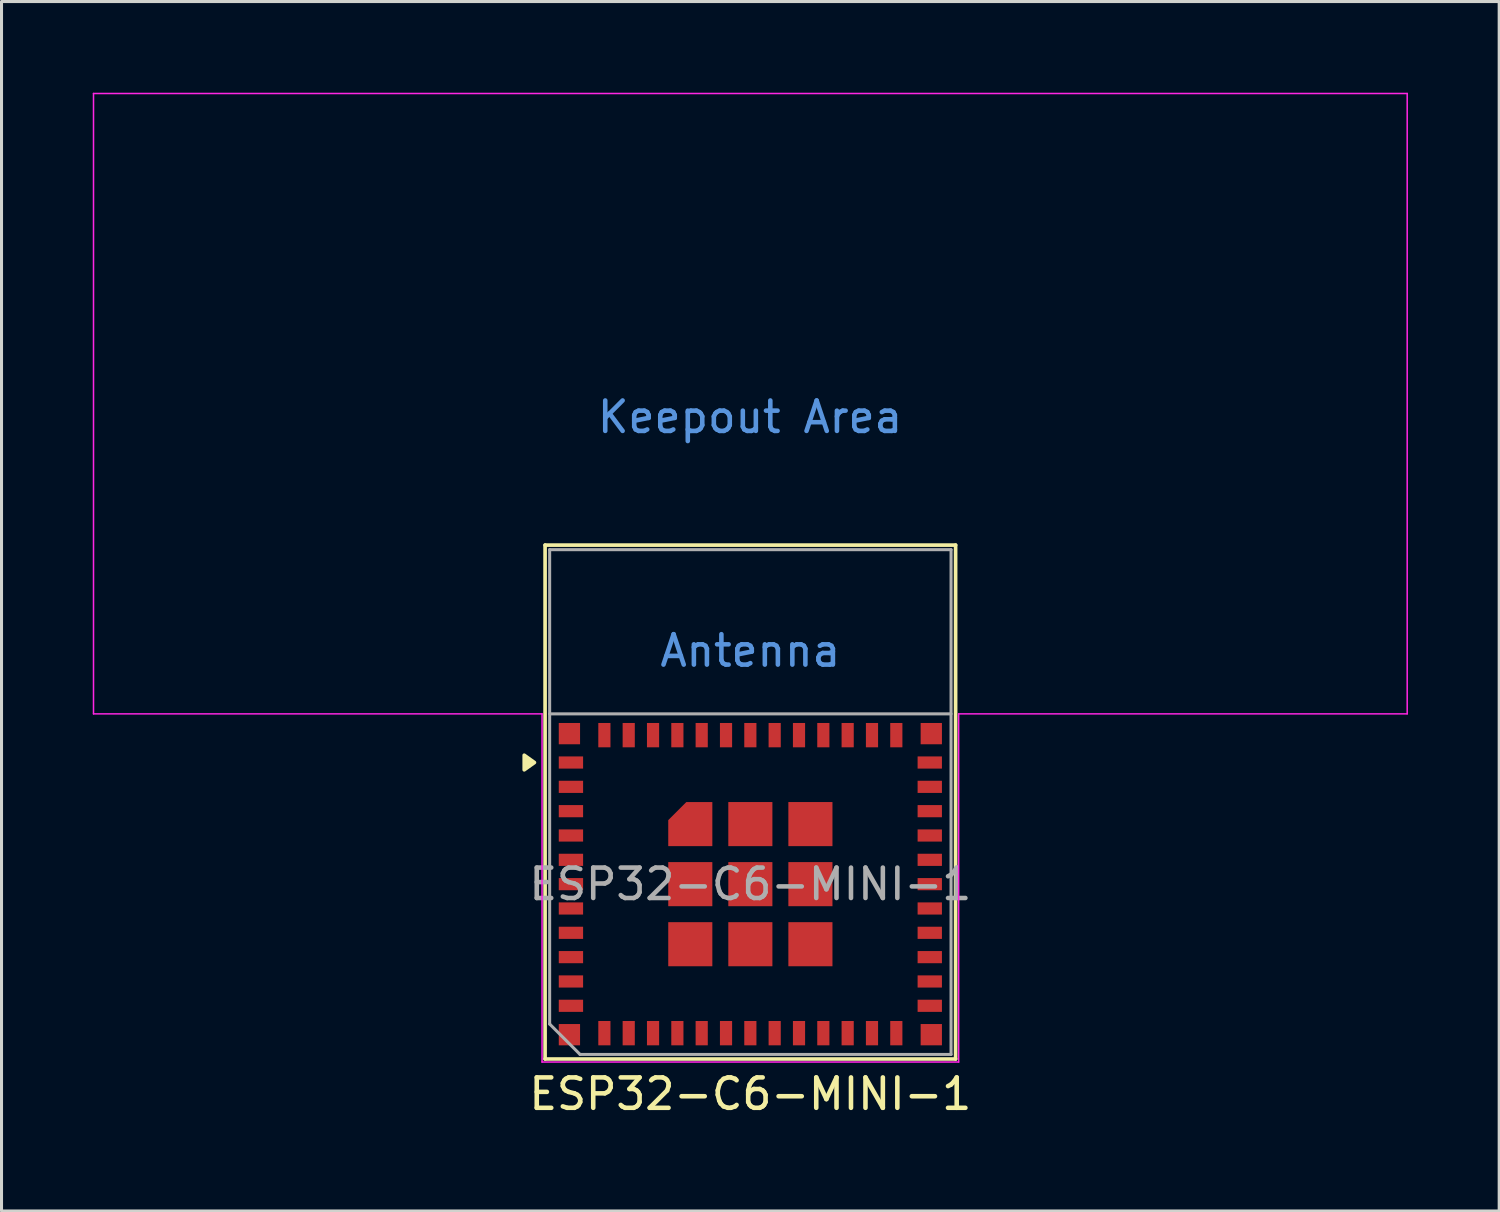
<source format=kicad_pcb>
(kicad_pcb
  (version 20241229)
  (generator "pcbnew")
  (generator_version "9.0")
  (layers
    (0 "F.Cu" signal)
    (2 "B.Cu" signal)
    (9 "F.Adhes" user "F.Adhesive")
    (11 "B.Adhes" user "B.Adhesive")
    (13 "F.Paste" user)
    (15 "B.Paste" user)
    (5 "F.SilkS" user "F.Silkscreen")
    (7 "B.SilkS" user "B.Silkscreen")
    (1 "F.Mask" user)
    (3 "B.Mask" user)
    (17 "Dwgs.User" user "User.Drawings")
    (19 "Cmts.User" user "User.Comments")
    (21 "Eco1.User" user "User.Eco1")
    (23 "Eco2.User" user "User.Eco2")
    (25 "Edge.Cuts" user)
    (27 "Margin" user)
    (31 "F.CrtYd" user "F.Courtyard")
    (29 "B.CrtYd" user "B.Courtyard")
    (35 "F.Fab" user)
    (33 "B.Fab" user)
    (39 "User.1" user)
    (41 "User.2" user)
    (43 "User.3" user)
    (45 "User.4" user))
  (footprint "ESP32-C6-MINI-1"
    (layer "F.Cu")
    (at 21.625 26.025)
    (property "Reference" "ESP32-C6-MINI-1" (at 0 6.9 0) (unlocked yes) (layer "F.SilkS") (effects (font (size 1 1) (thickness 0.15))))
    (attr smd)
    (fp_line (start -6.75 -11.15) (end 6.75 -11.15) (stroke (width 0.12) (type solid)) (layer "F.SilkS"))
    (fp_line (start -6.75 5.75) (end -6.75 -11.15) (stroke (width 0.12) (type solid)) (layer "F.SilkS"))
    (fp_line (start 6.75 -11.15) (end 6.75 5.75) (stroke (width 0.12) (type solid)) (layer "F.SilkS"))
    (fp_line (start 6.75 5.75) (end -6.75 5.75) (stroke (width 0.12) (type solid)) (layer "F.SilkS"))
    (fp_poly (pts (xy -7.1 -4) (xy -7.436 -3.76) (xy -7.436 -4.24) (xy -7.1 -4)) (stroke (width 0.12) (type solid)) (fill yes) (layer "F.SilkS"))
    (fp_line (start -21.6 -26) (end 21.6 -26) (stroke (width 0.05) (type solid)) (layer "F.CrtYd"))
    (fp_line (start -21.6 -5.6) (end -21.6 -26) (stroke (width 0.05) (type solid)) (layer "F.CrtYd"))
    (fp_line (start -6.85 -5.6) (end -21.6 -5.6) (stroke (width 0.05) (type solid)) (layer "F.CrtYd"))
    (fp_line (start -6.85 5.85) (end -6.85 -5.6) (stroke (width 0.05) (type solid)) (layer "F.CrtYd"))
    (fp_line (start 6.85 -5.6) (end 6.85 5.85) (stroke (width 0.05) (type solid)) (layer "F.CrtYd"))
    (fp_line (start 6.85 -5.6) (end 21.6 -5.6) (stroke (width 0.05) (type solid)) (layer "F.CrtYd"))
    (fp_line (start 6.85 5.85) (end -6.85 5.85) (stroke (width 0.05) (type solid)) (layer "F.CrtYd"))
    (fp_line (start 21.6 -5.6) (end 21.6 -26) (stroke (width 0.05) (type solid)) (layer "F.CrtYd"))
    (fp_line (start -6.6 -11) (end 6.6 -11) (stroke (width 0.1) (type solid)) (layer "F.Fab"))
    (fp_line (start -6.6 -5.6) (end 6.6 -5.6) (stroke (width 0.1) (type solid)) (layer "F.Fab"))
    (fp_line (start -6.6 4.6) (end -6.6 -11) (stroke (width 0.1) (type solid)) (layer "F.Fab"))
    (fp_line (start -5.6 5.6) (end -6.6 4.6) (stroke (width 0.1) (type default)) (layer "F.Fab"))
    (fp_line (start 6.6 -11) (end 6.6 5.6) (stroke (width 0.1) (type solid)) (layer "F.Fab"))
    (fp_line (start 6.6 5.6) (end -5.6 5.6) (stroke (width 0.1) (type solid)) (layer "F.Fab"))
    (fp_text user "Keepout Area" (at -0.01 -15.36 0) (layer "Cmts.User") (effects (font (size 1 1) (thickness 0.15))))
    (fp_text user "Antenna" (at 0 -7.675 0) (layer "Cmts.User") (effects (font (size 1 1) (thickness 0.15))))
    (fp_text user "${REFERENCE}" (at 0 0 0) (unlocked yes) (layer "F.Fab") (effects (font (size 1 1) (thickness 0.15))))
    (pad "1" smd rect (at -5.9 -4) (size 0.8 0.4) (layers "F.Cu" "F.Mask" "F.Paste"))
    (pad "2" smd rect (at -5.9 -3.2) (size 0.8 0.4) (layers "F.Cu" "F.Mask" "F.Paste"))
    (pad "3" smd rect (at -5.9 -2.4) (size 0.8 0.4) (layers "F.Cu" "F.Mask" "F.Paste"))
    (pad "4" smd rect (at -5.9 -1.6) (size 0.8 0.4) (layers "F.Cu" "F.Mask" "F.Paste"))
    (pad "5" smd rect (at -5.9 -0.8) (size 0.8 0.4) (layers "F.Cu" "F.Mask" "F.Paste"))
    (pad "6" smd rect (at -5.9 0) (size 0.8 0.4) (layers "F.Cu" "F.Mask" "F.Paste"))
    (pad "7" smd rect (at -5.9 0.8) (size 0.8 0.4) (layers "F.Cu" "F.Mask" "F.Paste"))
    (pad "8" smd rect (at -5.9 1.6) (size 0.8 0.4) (layers "F.Cu" "F.Mask" "F.Paste"))
    (pad "9" smd rect (at -5.9 2.4) (size 0.8 0.4) (layers "F.Cu" "F.Mask" "F.Paste"))
    (pad "10" smd rect (at -5.9 3.2) (size 0.8 0.4) (layers "F.Cu" "F.Mask" "F.Paste"))
    (pad "11" smd rect (at -5.9 4) (size 0.8 0.4) (layers "F.Cu" "F.Mask" "F.Paste"))
    (pad "12" smd rect (at -4.8 4.9 90) (size 0.8 0.4) (layers "F.Cu" "F.Mask" "F.Paste"))
    (pad "13" smd rect (at -4 4.9 90) (size 0.8 0.4) (layers "F.Cu" "F.Mask" "F.Paste"))
    (pad "14" smd rect (at -3.2 4.9 90) (size 0.8 0.4) (layers "F.Cu" "F.Mask" "F.Paste"))
    (pad "15" smd rect (at -2.4 4.9 90) (size 0.8 0.4) (layers "F.Cu" "F.Mask" "F.Paste"))
    (pad "16" smd rect (at -1.6 4.9 90) (size 0.8 0.4) (layers "F.Cu" "F.Mask" "F.Paste"))
    (pad "17" smd rect (at -0.8 4.9 90) (size 0.8 0.4) (layers "F.Cu" "F.Mask" "F.Paste"))
    (pad "18" smd rect (at 0 4.9 90) (size 0.8 0.4) (layers "F.Cu" "F.Mask" "F.Paste"))
    (pad "19" smd rect (at 0.8 4.9 90) (size 0.8 0.4) (layers "F.Cu" "F.Mask" "F.Paste"))
    (pad "20" smd rect (at 1.6 4.9 90) (size 0.8 0.4) (layers "F.Cu" "F.Mask" "F.Paste"))
    (pad "21" smd rect (at 2.4 4.9 90) (size 0.8 0.4) (layers "F.Cu" "F.Mask" "F.Paste"))
    (pad "22" smd rect (at 3.2 4.9 90) (size 0.8 0.4) (layers "F.Cu" "F.Mask" "F.Paste"))
    (pad "23" smd rect (at 4 4.9 90) (size 0.8 0.4) (layers "F.Cu" "F.Mask" "F.Paste"))
    (pad "24" smd rect (at 4.8 4.9 90) (size 0.8 0.4) (layers "F.Cu" "F.Mask" "F.Paste"))
    (pad "25" smd rect (at 5.9 4) (size 0.8 0.4) (layers "F.Cu" "F.Mask" "F.Paste"))
    (pad "26" smd rect (at 5.9 3.2) (size 0.8 0.4) (layers "F.Cu" "F.Mask" "F.Paste"))
    (pad "27" smd rect (at 5.9 2.4) (size 0.8 0.4) (layers "F.Cu" "F.Mask" "F.Paste"))
    (pad "28" smd rect (at 5.9 1.6) (size 0.8 0.4) (layers "F.Cu" "F.Mask" "F.Paste"))
    (pad "29" smd rect (at 5.9 0.8) (size 0.8 0.4) (layers "F.Cu" "F.Mask" "F.Paste"))
    (pad "30" smd rect (at 5.9 0) (size 0.8 0.4) (layers "F.Cu" "F.Mask" "F.Paste"))
    (pad "31" smd rect (at 5.9 -0.8) (size 0.8 0.4) (layers "F.Cu" "F.Mask" "F.Paste"))
    (pad "32" smd rect (at 5.9 -1.6) (size 0.8 0.4) (layers "F.Cu" "F.Mask" "F.Paste"))
    (pad "33" smd rect (at 5.9 -2.4) (size 0.8 0.4) (layers "F.Cu" "F.Mask" "F.Paste"))
    (pad "34" smd rect (at 5.9 -3.2) (size 0.8 0.4) (layers "F.Cu" "F.Mask" "F.Paste"))
    (pad "35" smd rect (at 5.9 -4) (size 0.8 0.4) (layers "F.Cu" "F.Mask" "F.Paste"))
    (pad "36" smd rect (at 4.8 -4.9 90) (size 0.8 0.4) (layers "F.Cu" "F.Mask" "F.Paste"))
    (pad "37" smd rect (at 4 -4.9 90) (size 0.8 0.4) (layers "F.Cu" "F.Mask" "F.Paste"))
    (pad "38" smd rect (at 3.2 -4.9 90) (size 0.8 0.4) (layers "F.Cu" "F.Mask" "F.Paste"))
    (pad "39" smd rect (at 2.4 -4.9 90) (size 0.8 0.4) (layers "F.Cu" "F.Mask" "F.Paste"))
    (pad "40" smd rect (at 1.6 -4.9 90) (size 0.8 0.4) (layers "F.Cu" "F.Mask" "F.Paste"))
    (pad "41" smd rect (at 0.8 -4.9 90) (size 0.8 0.4) (layers "F.Cu" "F.Mask" "F.Paste"))
    (pad "42" smd rect (at 0 -4.9 90) (size 0.8 0.4) (layers "F.Cu" "F.Mask" "F.Paste"))
    (pad "43" smd rect (at -0.8 -4.9 90) (size 0.8 0.4) (layers "F.Cu" "F.Mask" "F.Paste"))
    (pad "44" smd rect (at -1.6 -4.9 90) (size 0.8 0.4) (layers "F.Cu" "F.Mask" "F.Paste"))
    (pad "45" smd rect (at -2.4 -4.9 90) (size 0.8 0.4) (layers "F.Cu" "F.Mask" "F.Paste"))
    (pad "46" smd rect (at -3.2 -4.9 90) (size 0.8 0.4) (layers "F.Cu" "F.Mask" "F.Paste"))
    (pad "47" smd rect (at -4 -4.9 90) (size 0.8 0.4) (layers "F.Cu" "F.Mask" "F.Paste"))
    (pad "48" smd rect (at -4.8 -4.9 90) (size 0.8 0.4) (layers "F.Cu" "F.Mask" "F.Paste"))
    (pad "49" smd roundrect (at -1.975 -1.975) (size 1.45 1.45) (property pad_prop_heatsink) (layers "F.Cu" "F.Mask" "F.Paste") (roundrect_rratio 0) (chamfer_ratio 0.41) (chamfer top_left))
    (pad "49" smd rect (at -1.975 0) (size 1.45 1.45) (property pad_prop_heatsink) (layers "F.Cu" "F.Mask" "F.Paste"))
    (pad "49" smd rect (at -1.975 1.975) (size 1.45 1.45) (property pad_prop_heatsink) (layers "F.Cu" "F.Mask" "F.Paste"))
    (pad "49" smd rect (at 0 -1.975) (size 1.45 1.45) (property pad_prop_heatsink) (layers "F.Cu" "F.Mask" "F.Paste"))
    (pad "49" smd rect (at 0 0) (size 1.45 1.45) (property pad_prop_heatsink) (layers "F.Cu" "F.Mask" "F.Paste"))
    (pad "49" smd rect (at 0 1.975) (size 1.45 1.45) (property pad_prop_heatsink) (layers "F.Cu" "F.Mask" "F.Paste"))
    (pad "49" smd rect (at 1.975 -1.975) (size 1.45 1.45) (property pad_prop_heatsink) (layers "F.Cu" "F.Mask" "F.Paste"))
    (pad "49" smd rect (at 1.975 0) (size 1.45 1.45) (property pad_prop_heatsink) (layers "F.Cu" "F.Mask" "F.Paste"))
    (pad "49" smd rect (at 1.975 1.975) (size 1.45 1.45) (property pad_prop_heatsink) (layers "F.Cu" "F.Mask" "F.Paste"))
    (pad "50" smd rect (at 5.95 -4.95) (size 0.7 0.7) (layers "F.Cu" "F.Mask" "F.Paste"))
    (pad "51" smd rect (at 5.95 4.95) (size 0.7 0.7) (layers "F.Cu" "F.Mask" "F.Paste"))
    (pad "52" smd rect (at -5.95 4.95) (size 0.7 0.7) (layers "F.Cu" "F.Mask" "F.Paste"))
    (pad "53" smd rect (at -5.95 -4.95) (size 0.7 0.7) (layers "F.Cu" "F.Mask" "F.Paste"))
    (zone (net_name "") (layers "F.Cu" "B.Cu") (name "Antenna") (hatch full 0.508) (connect_pads) (min_thickness 0.254) (filled_areas_thickness no) (keepout (tracks not_allowed) (vias not_allowed) (pads not_allowed) (copperpour not_allowed) (footprints not_allowed)) (placement (enabled no)) (fill) (polygon (pts (xy 43.225 20.425) (xy 0.025 20.425) (xy 0.025 0.025) (xy 43.225 0.025)))))
  (gr_rect
    (start -3 -3)
    (end 46.25 36.773)
    (stroke (width 0.1) (type default))
    (fill no)
    (layer "Edge.Cuts")))
</source>
